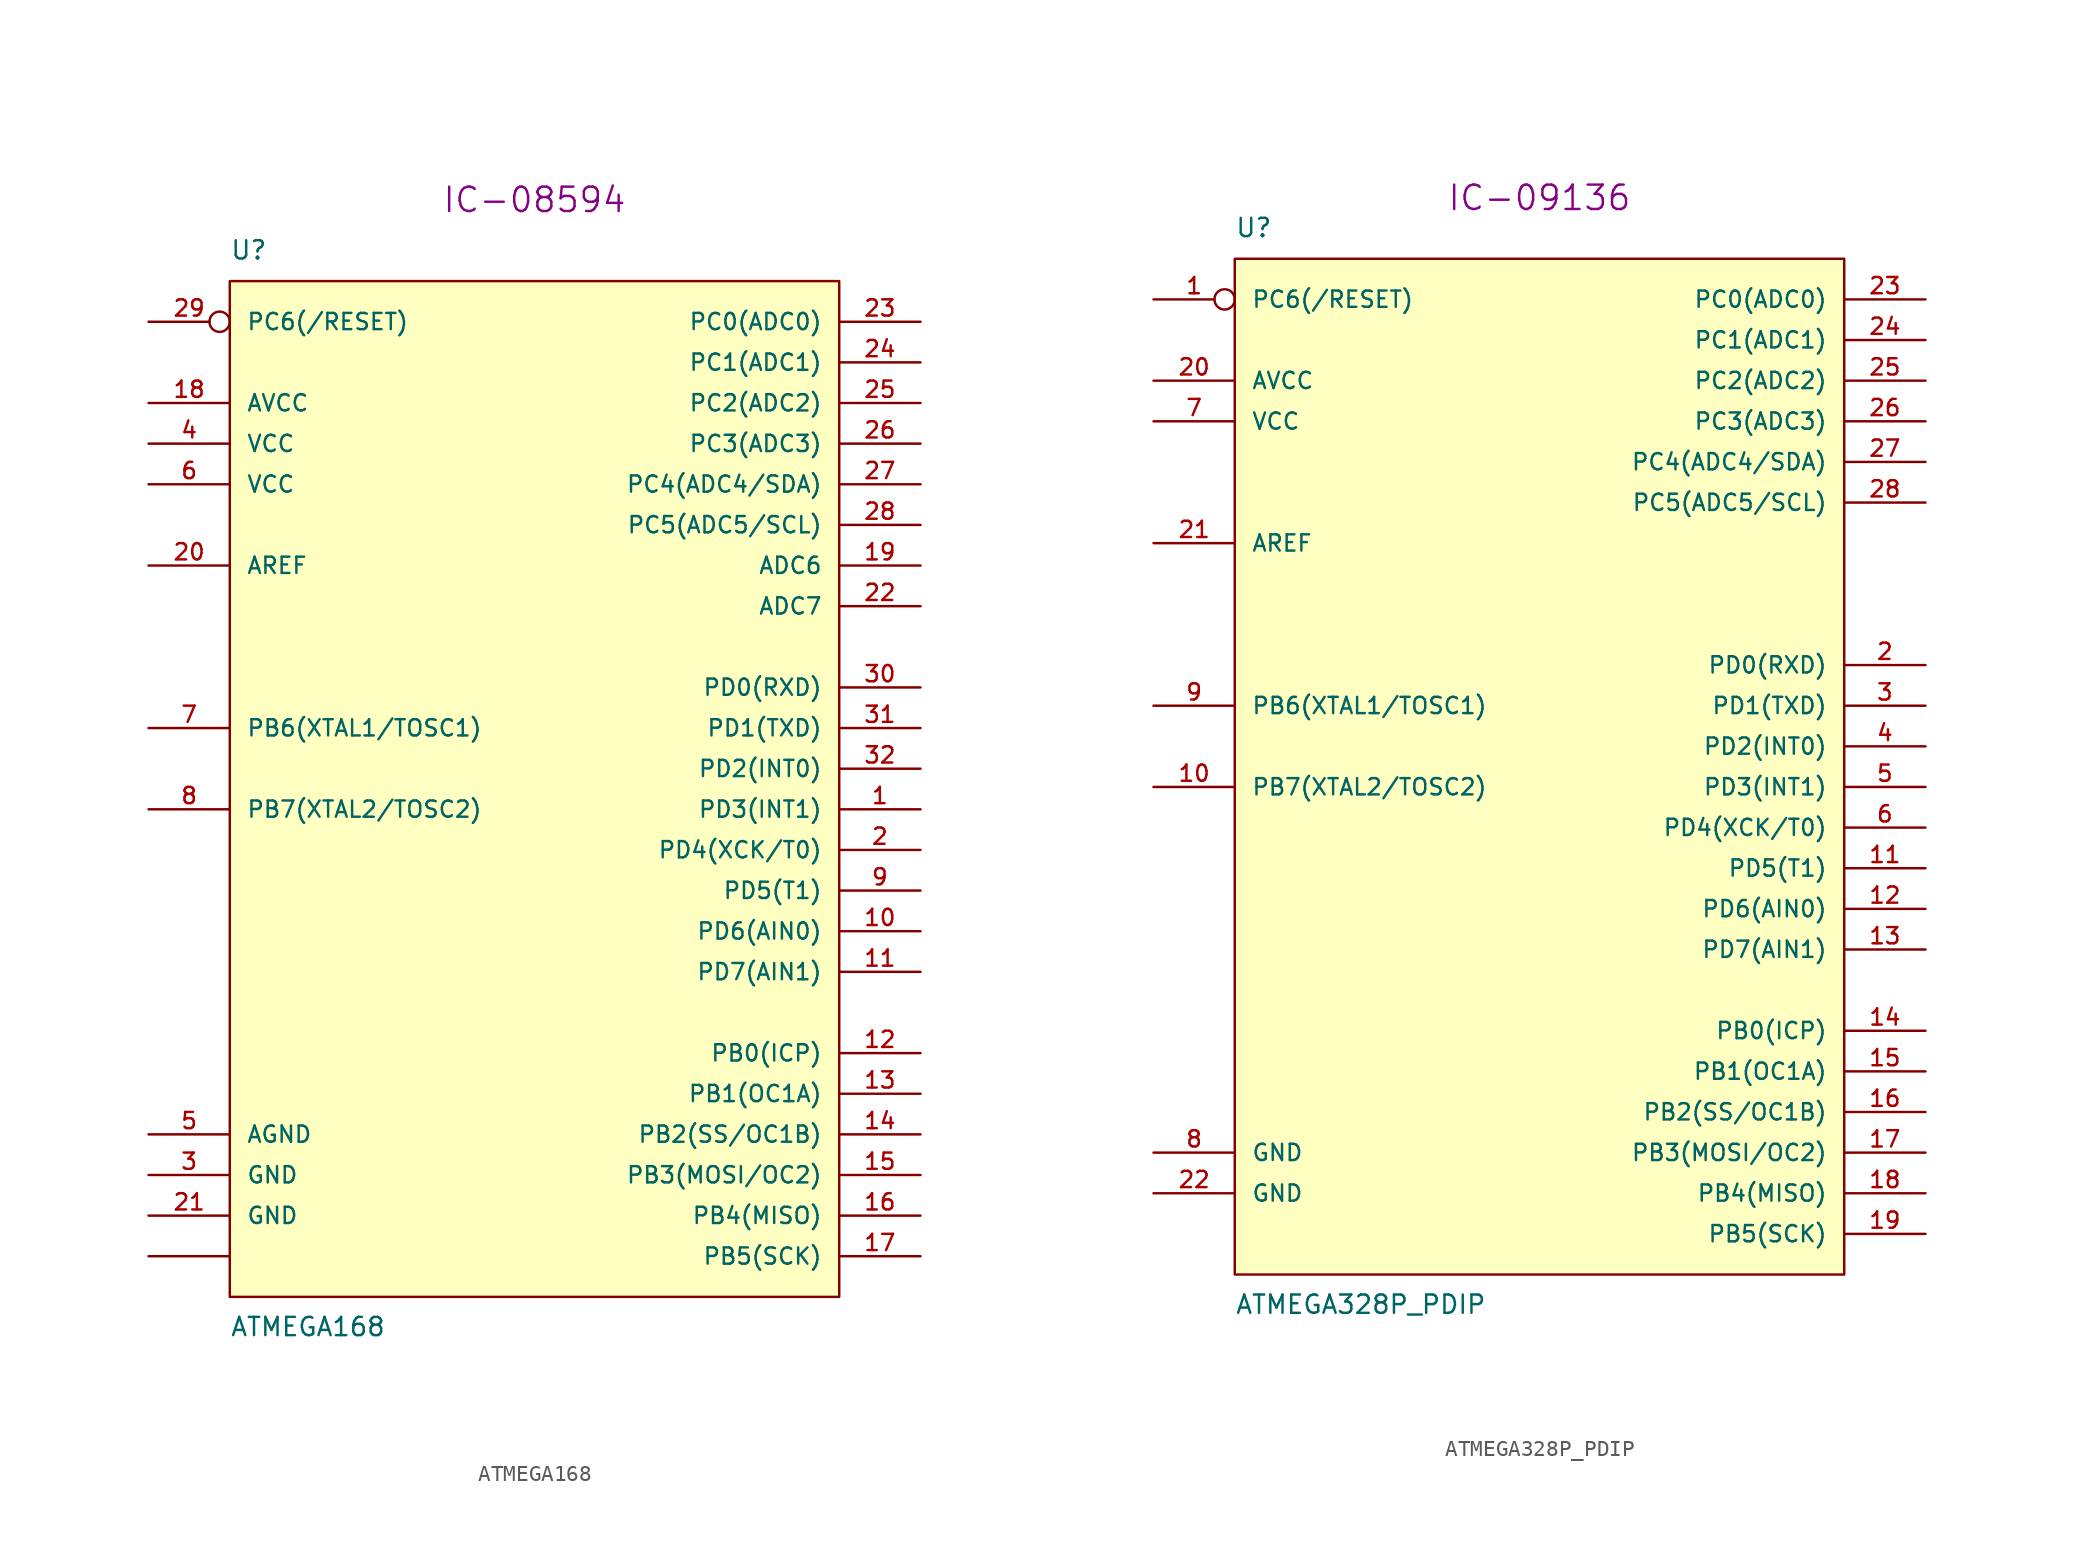
<source format=kicad_sym>
(kicad_symbol_lib
  (version 20201005)
  (generator kicad_symbol_editor)
  (symbol "ATMEGA168"
    (pin_names
      (offset 1.016))
    (property "Reference" "U"
      (at -19.05 33.02 0)
      (effects (font (size 1.143 1.143)) (justify left bottom)))
    (property "Value" "ATMEGA168"
      (at -19.05 -34.29 0)
      (effects (font (size 1.143 1.143)) (justify left bottom)))
    (property "Field4" "IC-08594"
      (at 0 36.83 0)
      (effects (font (size 1.524 1.524))))
    (property "ki_locked" ""
      (at 0 0 0)
      (effects (font (size 1.27 1.27))))
    (symbol "ATMEGA168_1_0"
      (polyline (pts (xy -24.13 -29.21) (xy -19.05 -29.21)) (stroke (width 0)) (fill (type none))))
    (symbol "ATMEGA168_1_1"
      (polyline (pts (xy -19.05 31.75) (xy 19.05 31.75) (xy 19.05 -31.75) (xy -19.05 -31.75) (xy -19.05 31.75)) (stroke (width 0)) (fill (type background)))
      (pin bidirectional line (at 24.13 -1.27 180) (length 5.08) (name "PD3(INT1)" (effects (font (size 1.016 1.016)))) (number "1" (effects (font (size 1.016 1.016)))))
      (pin bidirectional line (at 24.13 -3.81 180) (length 5.08) (name "PD4(XCK/T0)" (effects (font (size 1.016 1.016)))) (number "2" (effects (font (size 1.016 1.016)))))
      (pin bidirectional line (at -24.13 -24.13 0) (length 5.08) (name "GND" (effects (font (size 1.016 1.016)))) (number "3" (effects (font (size 1.016 1.016)))))
      (pin bidirectional line (at -24.13 21.59 0) (length 5.08) (name "VCC" (effects (font (size 1.016 1.016)))) (number "4" (effects (font (size 1.016 1.016)))))
      (pin bidirectional line (at -24.13 -21.59 0) (length 5.08) (name "AGND" (effects (font (size 1.016 1.016)))) (number "5" (effects (font (size 1.016 1.016)))))
      (pin bidirectional line (at -24.13 19.05 0) (length 5.08) (name "VCC" (effects (font (size 1.016 1.016)))) (number "6" (effects (font (size 1.016 1.016)))))
      (pin bidirectional line (at -24.13 3.81 0) (length 5.08) (name "PB6(XTAL1/TOSC1)" (effects (font (size 1.016 1.016)))) (number "7" (effects (font (size 1.016 1.016)))))
      (pin bidirectional line (at -24.13 -1.27 0) (length 5.08) (name "PB7(XTAL2/TOSC2)" (effects (font (size 1.016 1.016)))) (number "8" (effects (font (size 1.016 1.016)))))
      (pin bidirectional line (at 24.13 -6.35 180) (length 5.08) (name "PD5(T1)" (effects (font (size 1.016 1.016)))) (number "9" (effects (font (size 1.016 1.016)))))
      (pin bidirectional line (at -24.13 -29.21 0) (length 5.08) hide (name "GND" (effects (font (size 1.016 1.016)))) (number "~" (effects (font (size 1.016 1.016)))))
      (pin bidirectional line (at 24.13 -8.89 180) (length 5.08) (name "PD6(AIN0)" (effects (font (size 1.016 1.016)))) (number "10" (effects (font (size 1.016 1.016)))))
      (pin bidirectional line (at -24.13 13.97 0) (length 5.08) (name "AREF" (effects (font (size 1.016 1.016)))) (number "20" (effects (font (size 1.016 1.016)))))
      (pin bidirectional line (at 24.13 6.35 180) (length 5.08) (name "PD0(RXD)" (effects (font (size 1.016 1.016)))) (number "30" (effects (font (size 1.016 1.016)))))
      (pin bidirectional line (at 24.13 -11.43 180) (length 5.08) (name "PD7(AIN1)" (effects (font (size 1.016 1.016)))) (number "11" (effects (font (size 1.016 1.016)))))
      (pin bidirectional line (at -24.13 -26.67 0) (length 5.08) (name "GND" (effects (font (size 1.016 1.016)))) (number "21" (effects (font (size 1.016 1.016)))))
      (pin bidirectional line (at 24.13 3.81 180) (length 5.08) (name "PD1(TXD)" (effects (font (size 1.016 1.016)))) (number "31" (effects (font (size 1.016 1.016)))))
      (pin bidirectional line (at 24.13 -16.51 180) (length 5.08) (name "PB0(ICP)" (effects (font (size 1.016 1.016)))) (number "12" (effects (font (size 1.016 1.016)))))
      (pin bidirectional line (at 24.13 11.43 180) (length 5.08) (name "ADC7" (effects (font (size 1.016 1.016)))) (number "22" (effects (font (size 1.016 1.016)))))
      (pin bidirectional line (at 24.13 1.27 180) (length 5.08) (name "PD2(INT0)" (effects (font (size 1.016 1.016)))) (number "32" (effects (font (size 1.016 1.016)))))
      (pin bidirectional line (at 24.13 -19.05 180) (length 5.08) (name "PB1(OC1A)" (effects (font (size 1.016 1.016)))) (number "13" (effects (font (size 1.016 1.016)))))
      (pin bidirectional line (at 24.13 29.21 180) (length 5.08) (name "PC0(ADC0)" (effects (font (size 1.016 1.016)))) (number "23" (effects (font (size 1.016 1.016)))))
      (pin bidirectional line (at 24.13 -21.59 180) (length 5.08) (name "PB2(SS/OC1B)" (effects (font (size 1.016 1.016)))) (number "14" (effects (font (size 1.016 1.016)))))
      (pin bidirectional line (at 24.13 26.67 180) (length 5.08) (name "PC1(ADC1)" (effects (font (size 1.016 1.016)))) (number "24" (effects (font (size 1.016 1.016)))))
      (pin bidirectional line (at 24.13 -24.13 180) (length 5.08) (name "PB3(MOSI/OC2)" (effects (font (size 1.016 1.016)))) (number "15" (effects (font (size 1.016 1.016)))))
      (pin bidirectional line (at 24.13 24.13 180) (length 5.08) (name "PC2(ADC2)" (effects (font (size 1.016 1.016)))) (number "25" (effects (font (size 1.016 1.016)))))
      (pin bidirectional line (at 24.13 -26.67 180) (length 5.08) (name "PB4(MISO)" (effects (font (size 1.016 1.016)))) (number "16" (effects (font (size 1.016 1.016)))))
      (pin bidirectional line (at 24.13 21.59 180) (length 5.08) (name "PC3(ADC3)" (effects (font (size 1.016 1.016)))) (number "26" (effects (font (size 1.016 1.016)))))
      (pin bidirectional line (at 24.13 -29.21 180) (length 5.08) (name "PB5(SCK)" (effects (font (size 1.016 1.016)))) (number "17" (effects (font (size 1.016 1.016)))))
      (pin bidirectional line (at 24.13 19.05 180) (length 5.08) (name "PC4(ADC4/SDA)" (effects (font (size 1.016 1.016)))) (number "27" (effects (font (size 1.016 1.016)))))
      (pin bidirectional line (at -24.13 24.13 0) (length 5.08) (name "AVCC" (effects (font (size 1.016 1.016)))) (number "18" (effects (font (size 1.016 1.016)))))
      (pin bidirectional line (at 24.13 16.51 180) (length 5.08) (name "PC5(ADC5/SCL)" (effects (font (size 1.016 1.016)))) (number "28" (effects (font (size 1.016 1.016)))))
      (pin bidirectional line (at 24.13 13.97 180) (length 5.08) (name "ADC6" (effects (font (size 1.016 1.016)))) (number "19" (effects (font (size 1.016 1.016)))))
      (pin bidirectional inverted (at -24.13 29.21 0) (length 5.08) (name "PC6(/RESET)" (effects (font (size 1.016 1.016)))) (number "29" (effects (font (size 1.016 1.016)))))))
  (symbol "ATMEGA328P_PDIP"
    (pin_names
      (offset 1.016))
    (property "Reference" "U"
      (at -19.05 33.02 0)
      (effects (font (size 1.143 1.143)) (justify left bottom)))
    (property "Value" "ATMEGA328P_PDIP"
      (at -19.05 -34.29 0)
      (effects (font (size 1.143 1.143)) (justify left bottom)))
    (property "Field4" "IC-09136"
      (at 0 35.56 0)
      (effects (font (size 1.524 1.524))))
    (property "ki_locked" ""
      (at 0 0 0)
      (effects (font (size 1.27 1.27))))
    (symbol "ATMEGA328P_PDIP_1_1"
      (polyline (pts (xy -19.05 31.75) (xy 19.05 31.75) (xy 19.05 -31.75) (xy -19.05 -31.75) (xy -19.05 31.75)) (stroke (width 0)) (fill (type background)))
      (pin bidirectional inverted (at -24.13 29.21 0) (length 5.08) (name "PC6(/RESET)" (effects (font (size 1.016 1.016)))) (number "1" (effects (font (size 1.016 1.016)))))
      (pin bidirectional line (at 24.13 6.35 180) (length 5.08) (name "PD0(RXD)" (effects (font (size 1.016 1.016)))) (number "2" (effects (font (size 1.016 1.016)))))
      (pin bidirectional line (at 24.13 3.81 180) (length 5.08) (name "PD1(TXD)" (effects (font (size 1.016 1.016)))) (number "3" (effects (font (size 1.016 1.016)))))
      (pin bidirectional line (at 24.13 1.27 180) (length 5.08) (name "PD2(INT0)" (effects (font (size 1.016 1.016)))) (number "4" (effects (font (size 1.016 1.016)))))
      (pin bidirectional line (at 24.13 -1.27 180) (length 5.08) (name "PD3(INT1)" (effects (font (size 1.016 1.016)))) (number "5" (effects (font (size 1.016 1.016)))))
      (pin bidirectional line (at 24.13 -3.81 180) (length 5.08) (name "PD4(XCK/T0)" (effects (font (size 1.016 1.016)))) (number "6" (effects (font (size 1.016 1.016)))))
      (pin bidirectional line (at -24.13 21.59 0) (length 5.08) (name "VCC" (effects (font (size 1.016 1.016)))) (number "7" (effects (font (size 1.016 1.016)))))
      (pin bidirectional line (at -24.13 -24.13 0) (length 5.08) (name "GND" (effects (font (size 1.016 1.016)))) (number "8" (effects (font (size 1.016 1.016)))))
      (pin bidirectional line (at -24.13 3.81 0) (length 5.08) (name "PB6(XTAL1/TOSC1)" (effects (font (size 1.016 1.016)))) (number "9" (effects (font (size 1.016 1.016)))))
      (pin bidirectional line (at -24.13 -1.27 0) (length 5.08) (name "PB7(XTAL2/TOSC2)" (effects (font (size 1.016 1.016)))) (number "10" (effects (font (size 1.016 1.016)))))
      (pin bidirectional line (at -24.13 24.13 0) (length 5.08) (name "AVCC" (effects (font (size 1.016 1.016)))) (number "20" (effects (font (size 1.016 1.016)))))
      (pin bidirectional line (at 24.13 -6.35 180) (length 5.08) (name "PD5(T1)" (effects (font (size 1.016 1.016)))) (number "11" (effects (font (size 1.016 1.016)))))
      (pin bidirectional line (at -24.13 13.97 0) (length 5.08) (name "AREF" (effects (font (size 1.016 1.016)))) (number "21" (effects (font (size 1.016 1.016)))))
      (pin bidirectional line (at 24.13 -8.89 180) (length 5.08) (name "PD6(AIN0)" (effects (font (size 1.016 1.016)))) (number "12" (effects (font (size 1.016 1.016)))))
      (pin bidirectional line (at -24.13 -26.67 0) (length 5.08) (name "GND" (effects (font (size 1.016 1.016)))) (number "22" (effects (font (size 1.016 1.016)))))
      (pin bidirectional line (at 24.13 -11.43 180) (length 5.08) (name "PD7(AIN1)" (effects (font (size 1.016 1.016)))) (number "13" (effects (font (size 1.016 1.016)))))
      (pin bidirectional line (at 24.13 29.21 180) (length 5.08) (name "PC0(ADC0)" (effects (font (size 1.016 1.016)))) (number "23" (effects (font (size 1.016 1.016)))))
      (pin bidirectional line (at 24.13 -16.51 180) (length 5.08) (name "PB0(ICP)" (effects (font (size 1.016 1.016)))) (number "14" (effects (font (size 1.016 1.016)))))
      (pin bidirectional line (at 24.13 26.67 180) (length 5.08) (name "PC1(ADC1)" (effects (font (size 1.016 1.016)))) (number "24" (effects (font (size 1.016 1.016)))))
      (pin bidirectional line (at 24.13 -19.05 180) (length 5.08) (name "PB1(OC1A)" (effects (font (size 1.016 1.016)))) (number "15" (effects (font (size 1.016 1.016)))))
      (pin bidirectional line (at 24.13 24.13 180) (length 5.08) (name "PC2(ADC2)" (effects (font (size 1.016 1.016)))) (number "25" (effects (font (size 1.016 1.016)))))
      (pin bidirectional line (at 24.13 -21.59 180) (length 5.08) (name "PB2(SS/OC1B)" (effects (font (size 1.016 1.016)))) (number "16" (effects (font (size 1.016 1.016)))))
      (pin bidirectional line (at 24.13 21.59 180) (length 5.08) (name "PC3(ADC3)" (effects (font (size 1.016 1.016)))) (number "26" (effects (font (size 1.016 1.016)))))
      (pin bidirectional line (at 24.13 -24.13 180) (length 5.08) (name "PB3(MOSI/OC2)" (effects (font (size 1.016 1.016)))) (number "17" (effects (font (size 1.016 1.016)))))
      (pin bidirectional line (at 24.13 19.05 180) (length 5.08) (name "PC4(ADC4/SDA)" (effects (font (size 1.016 1.016)))) (number "27" (effects (font (size 1.016 1.016)))))
      (pin bidirectional line (at 24.13 -26.67 180) (length 5.08) (name "PB4(MISO)" (effects (font (size 1.016 1.016)))) (number "18" (effects (font (size 1.016 1.016)))))
      (pin bidirectional line (at 24.13 16.51 180) (length 5.08) (name "PC5(ADC5/SCL)" (effects (font (size 1.016 1.016)))) (number "28" (effects (font (size 1.016 1.016)))))
      (pin bidirectional line (at 24.13 -29.21 180) (length 5.08) (name "PB5(SCK)" (effects (font (size 1.016 1.016)))) (number "19" (effects (font (size 1.016 1.016))))))))
</source>
